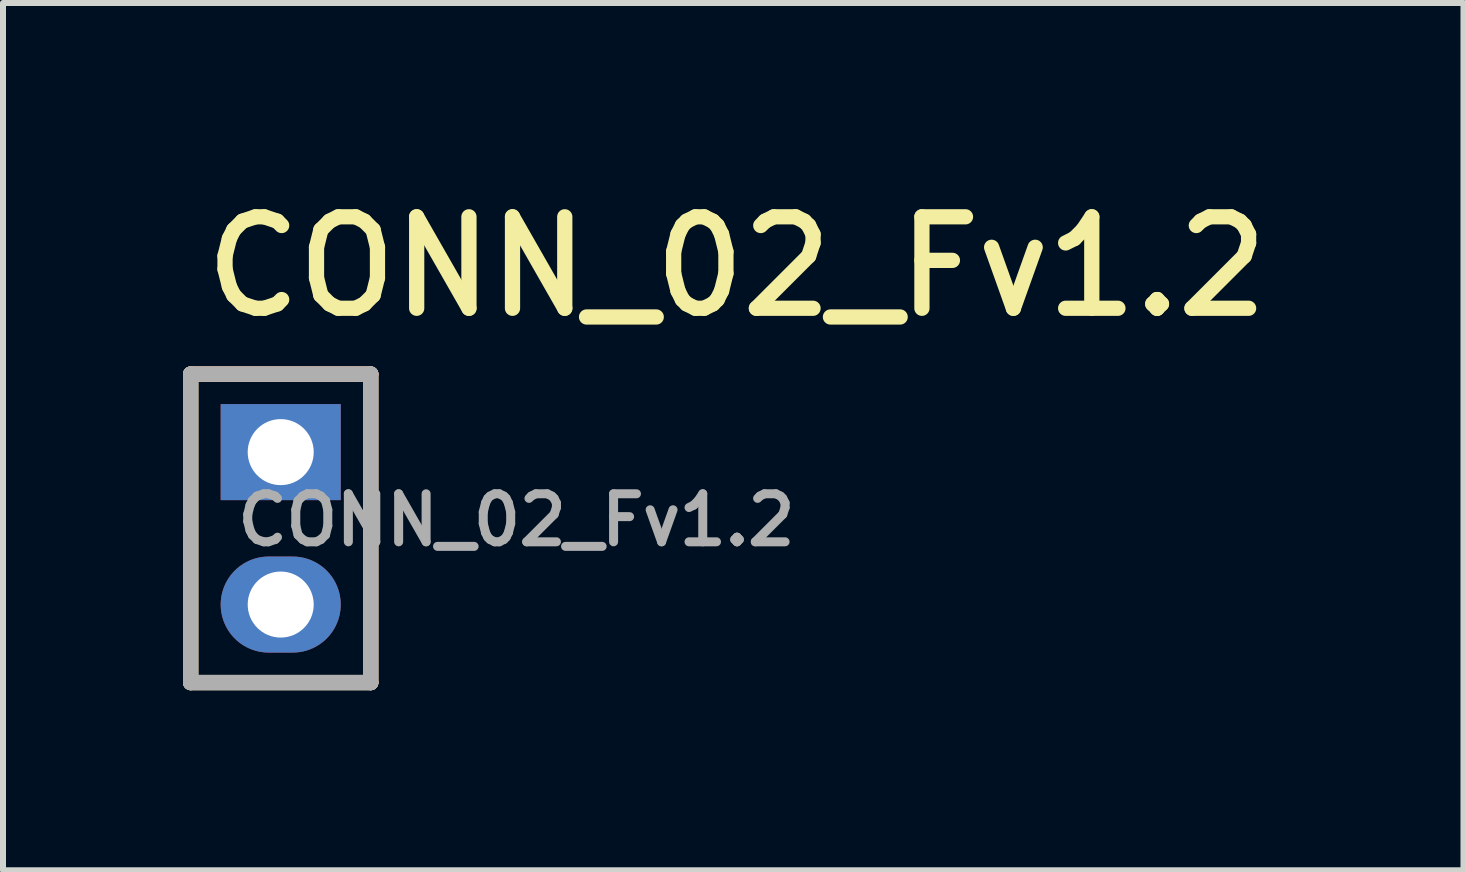
<source format=kicad_pcb>
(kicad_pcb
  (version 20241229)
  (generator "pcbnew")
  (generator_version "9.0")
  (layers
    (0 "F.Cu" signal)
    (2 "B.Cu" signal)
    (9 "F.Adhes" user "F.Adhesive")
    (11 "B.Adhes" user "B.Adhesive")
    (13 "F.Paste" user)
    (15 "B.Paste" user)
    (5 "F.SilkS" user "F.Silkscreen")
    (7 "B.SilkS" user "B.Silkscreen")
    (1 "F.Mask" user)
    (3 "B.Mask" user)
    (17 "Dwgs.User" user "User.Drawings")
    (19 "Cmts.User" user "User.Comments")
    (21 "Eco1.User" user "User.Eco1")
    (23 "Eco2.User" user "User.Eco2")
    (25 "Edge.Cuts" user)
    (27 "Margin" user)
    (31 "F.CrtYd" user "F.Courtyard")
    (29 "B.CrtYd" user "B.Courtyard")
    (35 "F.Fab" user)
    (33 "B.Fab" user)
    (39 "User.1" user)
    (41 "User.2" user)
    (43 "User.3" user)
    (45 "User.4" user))
  (footprint "CONN_02_Fv1.2"
    (layer "F.Cu")
    (at 1.627 4.483)
    (property "Reference" "CONN_02_Fv1.2" (at -1.385 -2.197 0) (unlocked yes) (layer "F.SilkS") (effects (font (size 1.524 1.524) (thickness 0.254)) (justify left bottom)))
    (fp_line (start -1.5 -1.3) (end 1.5 -1.3) (stroke (width 0.254) (type solid)) (layer "F.SilkS"))
    (fp_line (start -1.5 3.84) (end -1.5 -1.3) (stroke (width 0.254) (type solid)) (layer "F.SilkS"))
    (fp_line (start -1.5 3.84) (end 1.5 3.84) (stroke (width 0.254) (type solid)) (layer "F.SilkS"))
    (fp_line (start 1.5 3.84) (end 1.5 -1.3) (stroke (width 0.254) (type solid)) (layer "F.SilkS"))
    (fp_line (start -1.5 -1.3) (end 1.5 -1.3) (stroke (width 0.254) (type solid)) (layer "B.SilkS"))
    (fp_line (start -1.5 3.84) (end -1.5 -1.3) (stroke (width 0.254) (type solid)) (layer "B.SilkS"))
    (fp_line (start -1.5 3.84) (end 1.5 3.84) (stroke (width 0.254) (type solid)) (layer "B.SilkS"))
    (fp_line (start 1.5 3.84) (end 1.5 -1.3) (stroke (width 0.254) (type solid)) (layer "B.SilkS"))
    (fp_line (start -1.5 -1.3) (end 1.5 -1.3) (stroke (width 0.254) (type solid)) (layer "F.Fab"))
    (fp_line (start -1.5 3.84) (end -1.5 -1.3) (stroke (width 0.254) (type solid)) (layer "F.Fab"))
    (fp_line (start -1.5 3.84) (end 1.5 3.84) (stroke (width 0.254) (type solid)) (layer "F.Fab"))
    (fp_line (start 1.5 3.84) (end 1.5 -1.3) (stroke (width 0.254) (type solid)) (layer "F.Fab"))
    (fp_text user "${REFERENCE}" (at -0.8 1.6 0) (unlocked yes) (layer "F.Fab") (effects (font (size 0.8 0.8) (thickness 0.15)) (justify left bottom)))
    (pad "1" thru_hole rect (at 0 0) (size 2 1.6) (drill 1.1) (layers "*.Cu" "*.Mask"))
    (pad "2" thru_hole oval (at 0 2.54) (size 2 1.6) (drill 1.1) (layers "*.Cu" "*.Mask")))
  (gr_rect
    (start -3 -3)
    (end 21.334 11.45)
    (stroke (width 0.1) (type default))
    (fill no)
    (layer "Edge.Cuts")))
</source>
